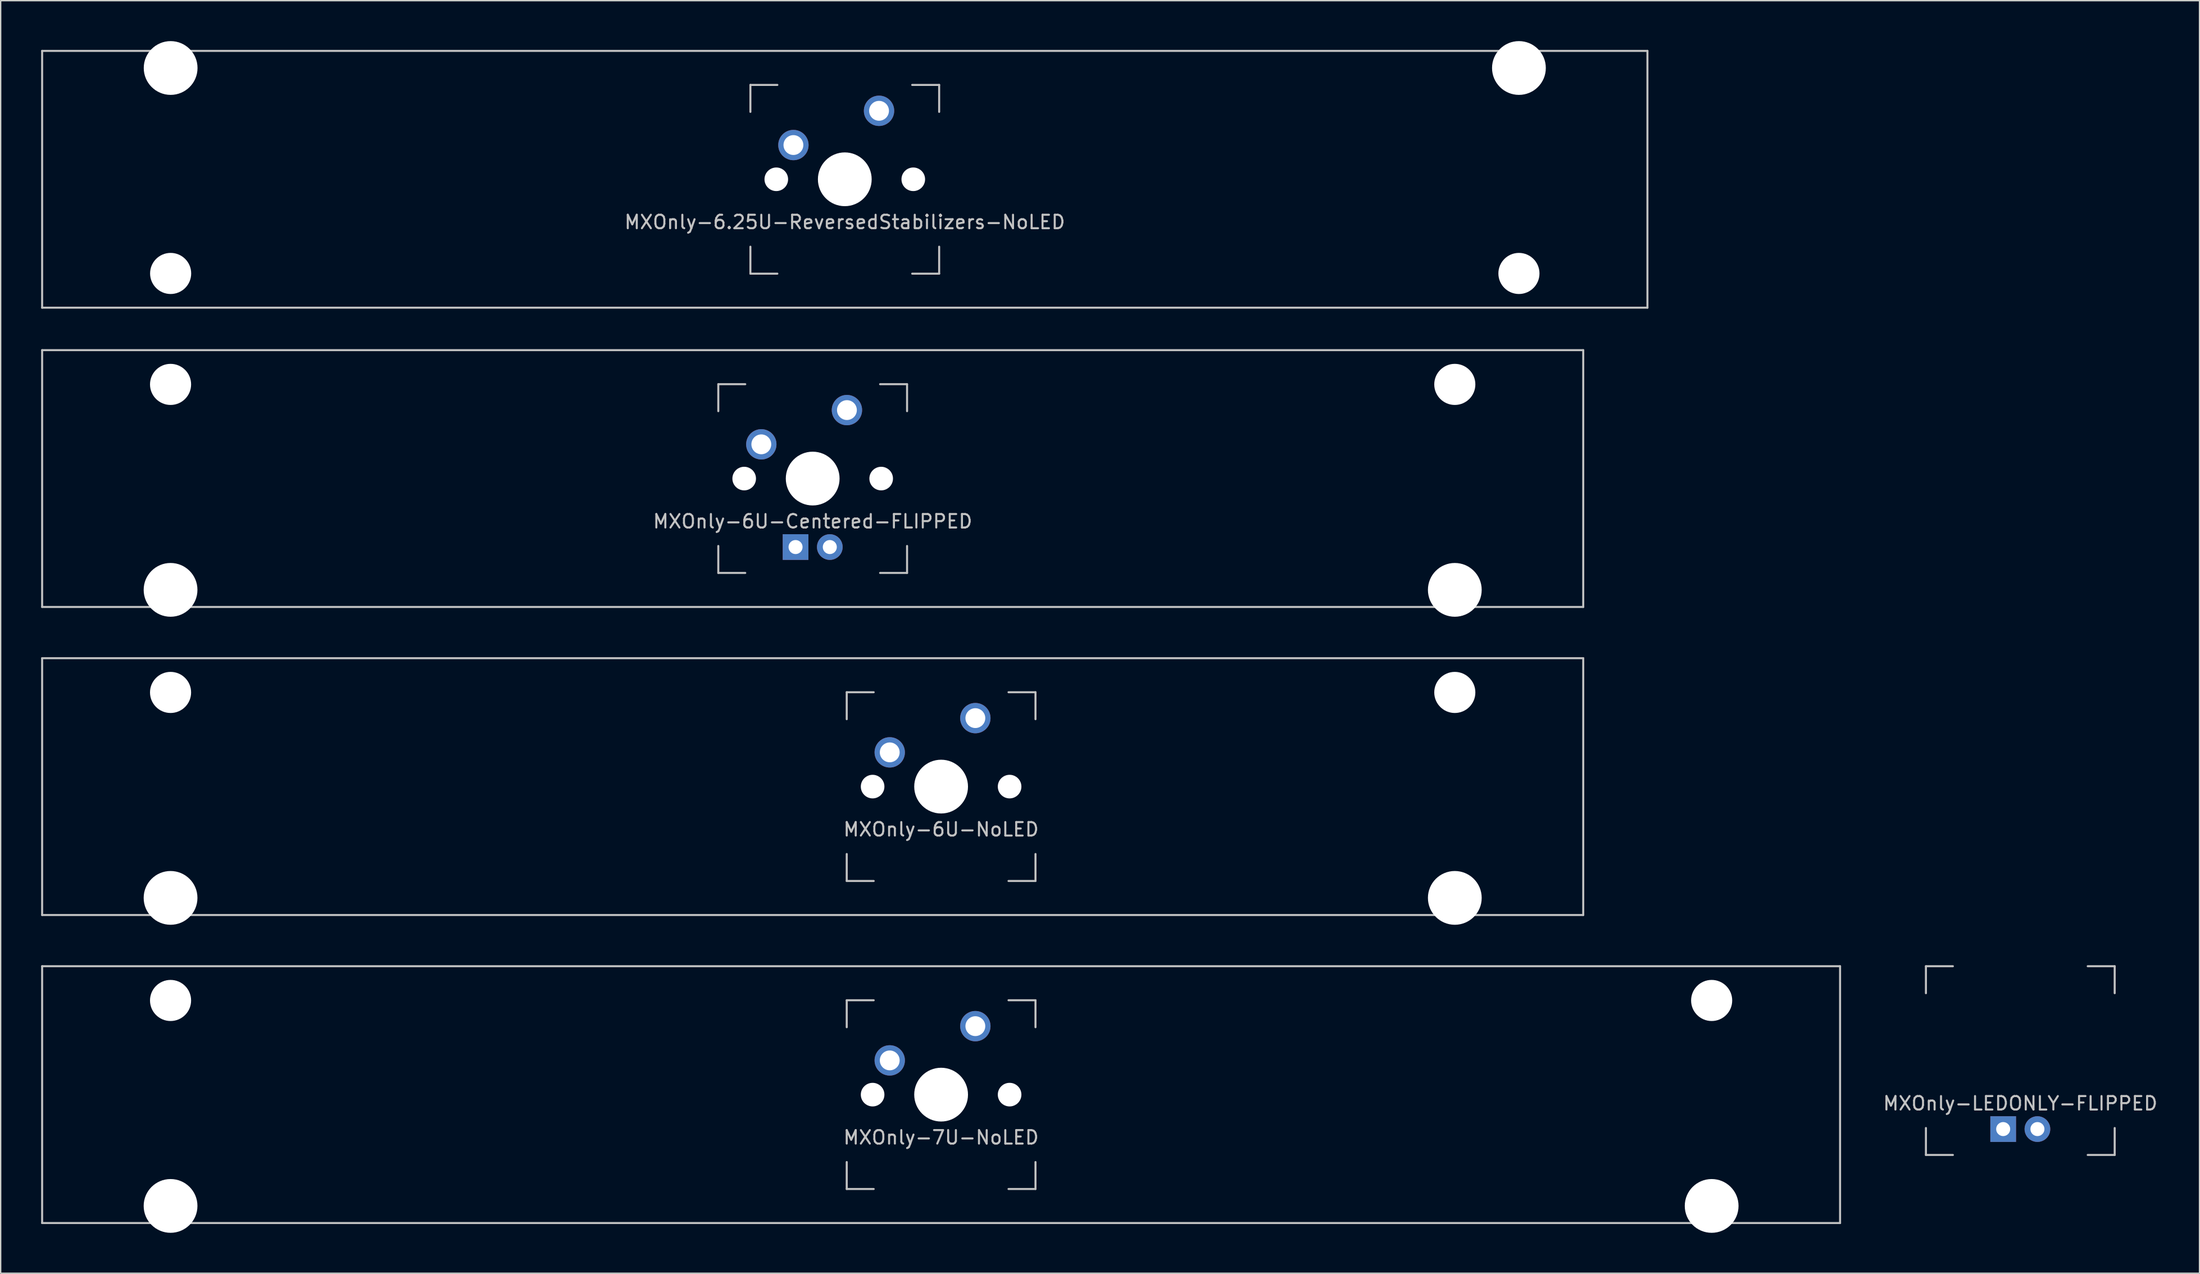
<source format=kicad_pcb>
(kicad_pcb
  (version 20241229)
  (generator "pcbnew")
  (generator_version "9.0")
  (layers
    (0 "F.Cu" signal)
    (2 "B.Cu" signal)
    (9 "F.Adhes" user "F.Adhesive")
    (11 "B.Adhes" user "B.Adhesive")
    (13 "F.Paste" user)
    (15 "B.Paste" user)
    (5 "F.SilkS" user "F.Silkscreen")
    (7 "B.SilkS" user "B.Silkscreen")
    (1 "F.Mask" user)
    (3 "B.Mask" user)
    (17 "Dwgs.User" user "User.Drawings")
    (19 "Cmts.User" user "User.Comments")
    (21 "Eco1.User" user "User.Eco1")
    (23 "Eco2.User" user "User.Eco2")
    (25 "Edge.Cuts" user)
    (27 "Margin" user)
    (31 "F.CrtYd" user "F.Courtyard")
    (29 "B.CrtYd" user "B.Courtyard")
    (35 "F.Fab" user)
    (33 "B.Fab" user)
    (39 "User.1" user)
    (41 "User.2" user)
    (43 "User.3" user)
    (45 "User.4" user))
  (footprint "MXOnly-6U-NoLED"
    (layer "F.Cu")
    (at 57.225 55.298)
    (property "Reference" "MXOnly-6U-NoLED" (at 9.525 3.175 0) (layer "Dwgs.User") (effects (font (size 1 1) (thickness 0.15))))
    (attr through_hole)
    (fp_line (start -57.15 -9.525) (end 57.15 -9.525) (stroke (width 0.15) (type solid)) (layer "Dwgs.User"))
    (fp_line (start -57.15 9.525) (end -57.15 -9.525) (stroke (width 0.15) (type solid)) (layer "Dwgs.User"))
    (fp_line (start -57.15 9.525) (end 57.15 9.525) (stroke (width 0.15) (type solid)) (layer "Dwgs.User"))
    (fp_line (start 2.525 -7) (end 2.525 -5) (stroke (width 0.15) (type solid)) (layer "Dwgs.User"))
    (fp_line (start 2.525 5) (end 2.525 7) (stroke (width 0.15) (type solid)) (layer "Dwgs.User"))
    (fp_line (start 2.525 7) (end 4.525 7) (stroke (width 0.15) (type solid)) (layer "Dwgs.User"))
    (fp_line (start 4.525 -7) (end 2.525 -7) (stroke (width 0.15) (type solid)) (layer "Dwgs.User"))
    (fp_line (start 14.525 -7) (end 16.525 -7) (stroke (width 0.15) (type solid)) (layer "Dwgs.User"))
    (fp_line (start 14.525 7) (end 16.525 7) (stroke (width 0.15) (type solid)) (layer "Dwgs.User"))
    (fp_line (start 16.525 -7) (end 16.525 -5) (stroke (width 0.15) (type solid)) (layer "Dwgs.User"))
    (fp_line (start 16.525 7) (end 16.525 5) (stroke (width 0.15) (type solid)) (layer "Dwgs.User"))
    (fp_line (start 57.15 -9.525) (end 57.15 9.525) (stroke (width 0.15) (type solid)) (layer "Dwgs.User"))
    (pad "" np_thru_hole circle (at -47.625 -6.985) (size 3.048 3.048) (drill 3.048) (layers "*.Cu" "*.Mask"))
    (pad "" np_thru_hole circle (at -47.625 8.255) (size 3.988 3.988) (drill 3.988) (layers "*.Cu" "*.Mask"))
    (pad "" np_thru_hole circle (at 4.445 0 48.1) (size 1.75 1.75) (drill 1.75) (layers "*.Cu" "*.Mask"))
    (pad "" np_thru_hole circle (at 9.525 0) (size 3.988 3.988) (drill 3.988) (layers "*.Cu" "*.Mask"))
    (pad "" np_thru_hole circle (at 14.605 0 48.1) (size 1.75 1.75) (drill 1.75) (layers "*.Cu" "*.Mask"))
    (pad "" np_thru_hole circle (at 47.625 -6.985) (size 3.048 3.048) (drill 3.048) (layers "*.Cu" "*.Mask"))
    (pad "" np_thru_hole circle (at 47.625 8.255) (size 3.988 3.988) (drill 3.988) (layers "*.Cu" "*.Mask"))
    (pad "1" thru_hole circle (at 5.715 -2.54) (size 2.25 2.25) (drill 1.47) (layers "*.Cu" "B.Mask"))
    (pad "2" thru_hole circle (at 12.065 -5.08) (size 2.25 2.25) (drill 1.47) (layers "*.Cu" "B.Mask")))
  (footprint "MXOnly-LEDONLY-FLIPPED"
    (layer "F.Cu")
    (at 146.792 75.622)
    (property "Reference" "MXOnly-LEDONLY-FLIPPED" (at 0 3.175 0) (layer "Dwgs.User") (effects (font (size 1 1) (thickness 0.15))))
    (attr through_hole)
    (fp_line (start -7 -7) (end -7 -5) (stroke (width 0.15) (type solid)) (layer "Dwgs.User"))
    (fp_line (start -7 5) (end -7 7) (stroke (width 0.15) (type solid)) (layer "Dwgs.User"))
    (fp_line (start -7 7) (end -5 7) (stroke (width 0.15) (type solid)) (layer "Dwgs.User"))
    (fp_line (start -5 -7) (end -7 -7) (stroke (width 0.15) (type solid)) (layer "Dwgs.User"))
    (fp_line (start 5 -7) (end 7 -7) (stroke (width 0.15) (type solid)) (layer "Dwgs.User"))
    (fp_line (start 5 7) (end 7 7) (stroke (width 0.15) (type solid)) (layer "Dwgs.User"))
    (fp_line (start 7 -7) (end 7 -5) (stroke (width 0.15) (type solid)) (layer "Dwgs.User"))
    (fp_line (start 7 7) (end 7 5) (stroke (width 0.15) (type solid)) (layer "Dwgs.User"))
    (pad "1" thru_hole circle (at 1.27 5.08) (size 1.905 1.905) (drill 1.04) (layers "*.Cu" "*.Mask"))
    (pad "2" thru_hole rect (at -1.27 5.08) (size 1.905 1.905) (drill 1.04) (layers "*.Cu" "*.Mask")))
  (footprint "MXOnly-7U-NoLED"
    (layer "F.Cu")
    (at 66.75 78.147)
    (property "Reference" "MXOnly-7U-NoLED" (at 0 3.175 0) (layer "Dwgs.User") (effects (font (size 1 1) (thickness 0.15))))
    (attr through_hole)
    (fp_line (start -66.675 -9.525) (end 66.675 -9.525) (stroke (width 0.15) (type solid)) (layer "Dwgs.User"))
    (fp_line (start -66.675 9.525) (end -66.675 -9.525) (stroke (width 0.15) (type solid)) (layer "Dwgs.User"))
    (fp_line (start -66.675 9.525) (end 66.675 9.525) (stroke (width 0.15) (type solid)) (layer "Dwgs.User"))
    (fp_line (start -7 -7) (end -7 -5) (stroke (width 0.15) (type solid)) (layer "Dwgs.User"))
    (fp_line (start -7 5) (end -7 7) (stroke (width 0.15) (type solid)) (layer "Dwgs.User"))
    (fp_line (start -7 7) (end -5 7) (stroke (width 0.15) (type solid)) (layer "Dwgs.User"))
    (fp_line (start -5 -7) (end -7 -7) (stroke (width 0.15) (type solid)) (layer "Dwgs.User"))
    (fp_line (start 5 -7) (end 7 -7) (stroke (width 0.15) (type solid)) (layer "Dwgs.User"))
    (fp_line (start 5 7) (end 7 7) (stroke (width 0.15) (type solid)) (layer "Dwgs.User"))
    (fp_line (start 7 -7) (end 7 -5) (stroke (width 0.15) (type solid)) (layer "Dwgs.User"))
    (fp_line (start 7 7) (end 7 5) (stroke (width 0.15) (type solid)) (layer "Dwgs.User"))
    (fp_line (start 66.675 -9.525) (end 66.675 9.525) (stroke (width 0.15) (type solid)) (layer "Dwgs.User"))
    (pad "" np_thru_hole circle (at -57.15 -6.985) (size 3.048 3.048) (drill 3.048) (layers "*.Cu" "*.Mask"))
    (pad "" np_thru_hole circle (at -57.15 8.255) (size 3.988 3.988) (drill 3.988) (layers "*.Cu" "*.Mask"))
    (pad "" np_thru_hole circle (at -5.08 0 48.1) (size 1.75 1.75) (drill 1.75) (layers "*.Cu" "*.Mask"))
    (pad "" np_thru_hole circle (at 0 0) (size 3.988 3.988) (drill 3.988) (layers "*.Cu" "*.Mask"))
    (pad "" np_thru_hole circle (at 5.08 0 48.1) (size 1.75 1.75) (drill 1.75) (layers "*.Cu" "*.Mask"))
    (pad "" np_thru_hole circle (at 57.15 -6.985) (size 3.048 3.048) (drill 3.048) (layers "*.Cu" "*.Mask"))
    (pad "" np_thru_hole circle (at 57.15 8.255) (size 3.988 3.988) (drill 3.988) (layers "*.Cu" "*.Mask"))
    (pad "1" thru_hole circle (at -3.81 -2.54) (size 2.25 2.25) (drill 1.47) (layers "*.Cu" "B.Mask"))
    (pad "2" thru_hole circle (at 2.54 -5.08) (size 2.25 2.25) (drill 1.47) (layers "*.Cu" "B.Mask")))
  (footprint "MXOnly-6U-Centered-FLIPPED"
    (layer "F.Cu")
    (at 57.225 32.449)
    (property "Reference" "MXOnly-6U-Centered-FLIPPED" (at 0 3.175 0) (layer "Dwgs.User") (effects (font (size 1 1) (thickness 0.15))))
    (attr through_hole)
    (fp_line (start -57.15 -9.525) (end 57.15 -9.525) (stroke (width 0.15) (type solid)) (layer "Dwgs.User"))
    (fp_line (start -57.15 9.525) (end -57.15 -9.525) (stroke (width 0.15) (type solid)) (layer "Dwgs.User"))
    (fp_line (start -57.15 9.525) (end 57.15 9.525) (stroke (width 0.15) (type solid)) (layer "Dwgs.User"))
    (fp_line (start -7 -7) (end -7 -5) (stroke (width 0.15) (type solid)) (layer "Dwgs.User"))
    (fp_line (start -7 5) (end -7 7) (stroke (width 0.15) (type solid)) (layer "Dwgs.User"))
    (fp_line (start -7 7) (end -5 7) (stroke (width 0.15) (type solid)) (layer "Dwgs.User"))
    (fp_line (start -5 -7) (end -7 -7) (stroke (width 0.15) (type solid)) (layer "Dwgs.User"))
    (fp_line (start 5 -7) (end 7 -7) (stroke (width 0.15) (type solid)) (layer "Dwgs.User"))
    (fp_line (start 5 7) (end 7 7) (stroke (width 0.15) (type solid)) (layer "Dwgs.User"))
    (fp_line (start 7 -7) (end 7 -5) (stroke (width 0.15) (type solid)) (layer "Dwgs.User"))
    (fp_line (start 7 7) (end 7 5) (stroke (width 0.15) (type solid)) (layer "Dwgs.User"))
    (fp_line (start 57.15 -9.525) (end 57.15 9.525) (stroke (width 0.15) (type solid)) (layer "Dwgs.User"))
    (pad "" np_thru_hole circle (at -47.625 -6.985) (size 3.048 3.048) (drill 3.048) (layers "*.Cu" "*.Mask"))
    (pad "" np_thru_hole circle (at -47.625 8.255) (size 3.988 3.988) (drill 3.988) (layers "*.Cu" "*.Mask"))
    (pad "" np_thru_hole circle (at -5.08 0 48.1) (size 1.75 1.75) (drill 1.75) (layers "*.Cu" "*.Mask"))
    (pad "" np_thru_hole circle (at 0 0) (size 3.988 3.988) (drill 3.988) (layers "*.Cu" "*.Mask"))
    (pad "" np_thru_hole circle (at 5.08 0 48.1) (size 1.75 1.75) (drill 1.75) (layers "*.Cu" "*.Mask"))
    (pad "" np_thru_hole circle (at 47.625 -6.985) (size 3.048 3.048) (drill 3.048) (layers "*.Cu" "*.Mask"))
    (pad "" np_thru_hole circle (at 47.625 8.255) (size 3.988 3.988) (drill 3.988) (layers "*.Cu" "*.Mask"))
    (pad "1" thru_hole circle (at -3.81 -2.54) (size 2.25 2.25) (drill 1.47) (layers "*.Cu" "B.Mask"))
    (pad "2" thru_hole circle (at 2.54 -5.08) (size 2.25 2.25) (drill 1.47) (layers "*.Cu" "B.Mask"))
    (pad "3" thru_hole circle (at 1.27 5.08) (size 1.905 1.905) (drill 1.04) (layers "*.Cu" "B.Mask"))
    (pad "4" thru_hole rect (at -1.27 5.08) (size 1.905 1.905) (drill 1.04) (layers "*.Cu" "B.Mask")))
  (footprint "MXOnly-6.25U-ReversedStabilizers-NoLED"
    (layer "F.Cu")
    (at 59.606 10.249)
    (property "Reference" "MXOnly-6.25U-ReversedStabilizers-NoLED" (at 0 3.175 0) (layer "Dwgs.User") (effects (font (size 1 1) (thickness 0.15))))
    (attr through_hole)
    (fp_line (start -59.531 -9.525) (end 59.531 -9.525) (stroke (width 0.15) (type solid)) (layer "Dwgs.User"))
    (fp_line (start -59.531 9.525) (end -59.531 -9.525) (stroke (width 0.15) (type solid)) (layer "Dwgs.User"))
    (fp_line (start -59.531 9.525) (end 59.531 9.525) (stroke (width 0.15) (type solid)) (layer "Dwgs.User"))
    (fp_line (start -7 -7) (end -7 -5) (stroke (width 0.15) (type solid)) (layer "Dwgs.User"))
    (fp_line (start -7 5) (end -7 7) (stroke (width 0.15) (type solid)) (layer "Dwgs.User"))
    (fp_line (start -7 7) (end -5 7) (stroke (width 0.15) (type solid)) (layer "Dwgs.User"))
    (fp_line (start -5 -7) (end -7 -7) (stroke (width 0.15) (type solid)) (layer "Dwgs.User"))
    (fp_line (start 5 -7) (end 7 -7) (stroke (width 0.15) (type solid)) (layer "Dwgs.User"))
    (fp_line (start 5 7) (end 7 7) (stroke (width 0.15) (type solid)) (layer "Dwgs.User"))
    (fp_line (start 7 -7) (end 7 -5) (stroke (width 0.15) (type solid)) (layer "Dwgs.User"))
    (fp_line (start 7 7) (end 7 5) (stroke (width 0.15) (type solid)) (layer "Dwgs.User"))
    (fp_line (start 59.531 -9.525) (end 59.531 9.525) (stroke (width 0.15) (type solid)) (layer "Dwgs.User"))
    (pad "" np_thru_hole circle (at -50 -8.255) (size 3.988 3.988) (drill 3.988) (layers "*.Cu" "*.Mask"))
    (pad "" np_thru_hole circle (at -50 6.985) (size 3.048 3.048) (drill 3.048) (layers "*.Cu" "*.Mask"))
    (pad "" np_thru_hole circle (at -5.08 0 48.1) (size 1.75 1.75) (drill 1.75) (layers "*.Cu" "*.Mask"))
    (pad "" np_thru_hole circle (at 0 0) (size 3.988 3.988) (drill 3.988) (layers "*.Cu" "*.Mask"))
    (pad "" np_thru_hole circle (at 5.08 0 48.1) (size 1.75 1.75) (drill 1.75) (layers "*.Cu" "*.Mask"))
    (pad "" np_thru_hole circle (at 50 -8.255) (size 3.988 3.988) (drill 3.988) (layers "*.Cu" "*.Mask"))
    (pad "" np_thru_hole circle (at 50 6.985) (size 3.048 3.048) (drill 3.048) (layers "*.Cu" "*.Mask"))
    (pad "1" thru_hole circle (at -3.81 -2.54) (size 2.25 2.25) (drill 1.47) (layers "*.Cu" "B.Mask"))
    (pad "2" thru_hole circle (at 2.54 -5.08) (size 2.25 2.25) (drill 1.47) (layers "*.Cu" "B.Mask")))
  (gr_rect
    (start -3 -3)
    (end 160.083 91.396)
    (stroke (width 0.1) (type default))
    (fill no)
    (layer "Edge.Cuts")))
</source>
